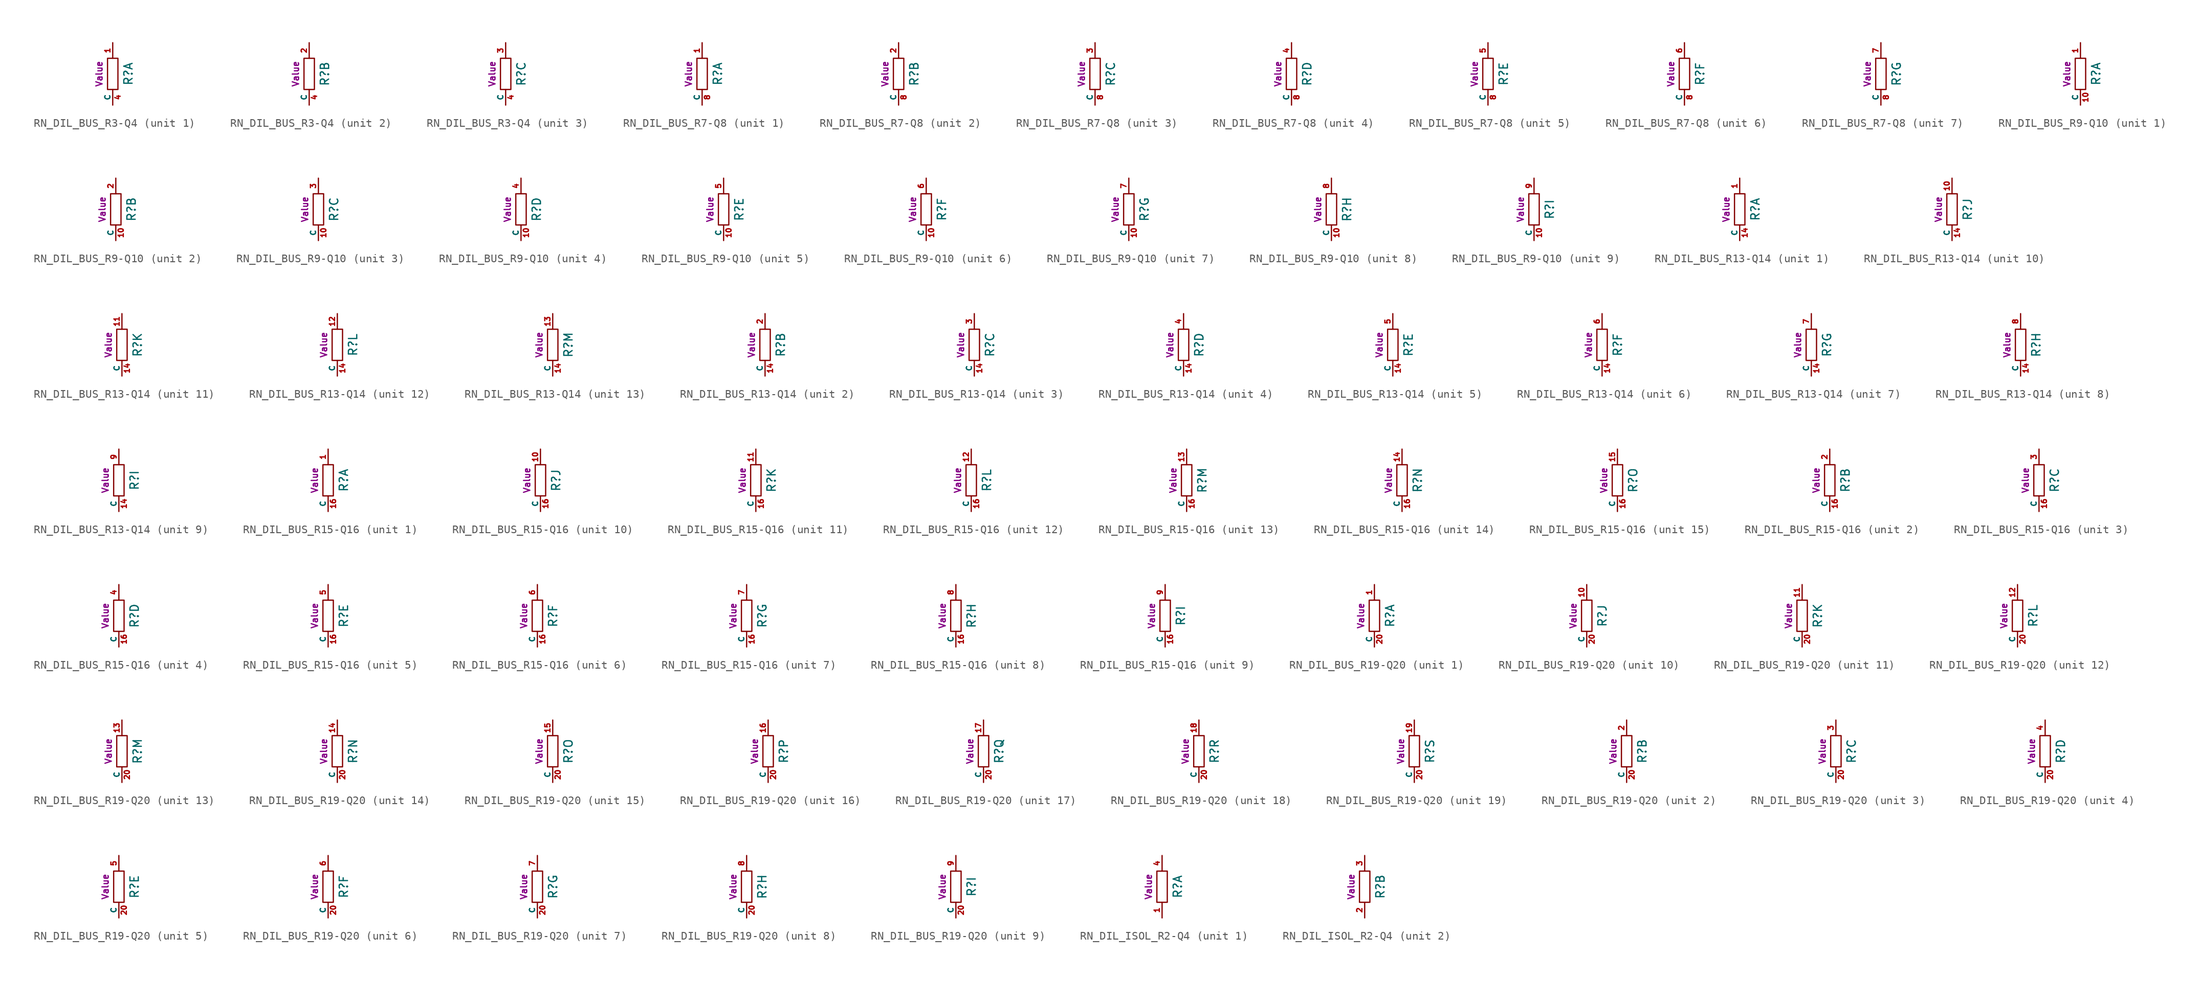
<source format=kicad_sym>
(kicad_symbol_lib
  (version 20211014)
  (generator kicad_symbol_editor)
  (symbol "RN_DIL_BUS_R3-Q4"
    (pin_names
      (offset 0))
    (property "Reference" "R"
      (at 1.905 0 90)
      (effects (font (size 1.016 1.016))))
    (property "Footprint" ""
      (at 0 0 0)
      (effects (font (size 1.524 1.524))))
    (property "Datasheet" ""
      (at 0 0 0)
      (effects (font (size 1.524 1.524))))
    (property "Unit" "Value"
      (at -1.651 0 90)
      (effects (font (size 0.762 0.762))))
    (symbol "RN_DIL_BUS_R3-Q4_0_1"
      (rectangle (start 0.635 1.905) (end -0.635 -1.905) (stroke (width 0) (type default) (color 0 0 0 0)) (fill (type none)))
      (pin passive line (at 0 -3.81 90) (length 1.905) (name "C" (effects (font (size 0.635 0.635)))) (number "4" (effects (font (size 0.635 0.635))))))
    (symbol "RN_DIL_BUS_R3-Q4_1_1"
      (pin passive line (at 0 3.81 270) (length 1.905) (name "~" (effects (font (size 0.635 0.635)))) (number "1" (effects (font (size 0.635 0.635))))))
    (symbol "RN_DIL_BUS_R3-Q4_2_1"
      (pin passive line (at 0 3.81 270) (length 1.905) (name "~" (effects (font (size 0.635 0.635)))) (number "2" (effects (font (size 0.635 0.635))))))
    (symbol "RN_DIL_BUS_R3-Q4_3_1"
      (pin passive line (at 0 3.81 270) (length 1.905) (name "~" (effects (font (size 0.635 0.635)))) (number "3" (effects (font (size 0.635 0.635)))))))
  (symbol "RN_DIL_BUS_R7-Q8"
    (pin_names
      (offset 0))
    (property "Reference" "R"
      (at 1.905 0 90)
      (effects (font (size 1.016 1.016))))
    (property "Footprint" ""
      (at 0 0 0)
      (effects (font (size 1.524 1.524))))
    (property "Datasheet" ""
      (at 0 0 0)
      (effects (font (size 1.524 1.524))))
    (property "Unit" "Value"
      (at -1.651 0 90)
      (effects (font (size 0.762 0.762))))
    (symbol "RN_DIL_BUS_R7-Q8_0_1"
      (rectangle (start 0.635 1.905) (end -0.635 -1.905) (stroke (width 0) (type default) (color 0 0 0 0)) (fill (type none)))
      (pin passive line (at 0 -3.81 90) (length 1.905) (name "C" (effects (font (size 0.635 0.635)))) (number "8" (effects (font (size 0.635 0.635))))))
    (symbol "RN_DIL_BUS_R7-Q8_1_1"
      (pin passive line (at 0 3.81 270) (length 1.905) (name "~" (effects (font (size 0.635 0.635)))) (number "1" (effects (font (size 0.635 0.635))))))
    (symbol "RN_DIL_BUS_R7-Q8_2_1"
      (pin passive line (at 0 3.81 270) (length 1.905) (name "~" (effects (font (size 0.635 0.635)))) (number "2" (effects (font (size 0.635 0.635))))))
    (symbol "RN_DIL_BUS_R7-Q8_3_1"
      (pin passive line (at 0 3.81 270) (length 1.905) (name "~" (effects (font (size 0.635 0.635)))) (number "3" (effects (font (size 0.635 0.635))))))
    (symbol "RN_DIL_BUS_R7-Q8_4_1"
      (pin passive line (at 0 3.81 270) (length 1.905) (name "~" (effects (font (size 0.635 0.635)))) (number "4" (effects (font (size 0.635 0.635))))))
    (symbol "RN_DIL_BUS_R7-Q8_5_1"
      (pin passive line (at 0 3.81 270) (length 1.905) (name "~" (effects (font (size 0.635 0.635)))) (number "5" (effects (font (size 0.635 0.635))))))
    (symbol "RN_DIL_BUS_R7-Q8_6_1"
      (pin passive line (at 0 3.81 270) (length 1.905) (name "~" (effects (font (size 0.635 0.635)))) (number "6" (effects (font (size 0.635 0.635))))))
    (symbol "RN_DIL_BUS_R7-Q8_7_1"
      (pin passive line (at 0 3.81 270) (length 1.905) (name "~" (effects (font (size 0.635 0.635)))) (number "7" (effects (font (size 0.635 0.635)))))))
  (symbol "RN_DIL_BUS_R9-Q10"
    (pin_names
      (offset 0))
    (property "Reference" "R"
      (at 1.905 0 90)
      (effects (font (size 1.016 1.016))))
    (property "Footprint" ""
      (at 0 0 0)
      (effects (font (size 1.524 1.524))))
    (property "Datasheet" ""
      (at 0 0 0)
      (effects (font (size 1.524 1.524))))
    (property "Unit" "Value"
      (at -1.651 0 90)
      (effects (font (size 0.762 0.762))))
    (symbol "RN_DIL_BUS_R9-Q10_0_1"
      (rectangle (start 0.635 1.905) (end -0.635 -1.905) (stroke (width 0) (type default) (color 0 0 0 0)) (fill (type none)))
      (pin passive line (at 0 -3.81 90) (length 1.905) (name "C" (effects (font (size 0.635 0.635)))) (number "10" (effects (font (size 0.635 0.635))))))
    (symbol "RN_DIL_BUS_R9-Q10_1_1"
      (pin passive line (at 0 3.81 270) (length 1.905) (name "~" (effects (font (size 0.635 0.635)))) (number "1" (effects (font (size 0.635 0.635))))))
    (symbol "RN_DIL_BUS_R9-Q10_2_1"
      (pin passive line (at 0 3.81 270) (length 1.905) (name "~" (effects (font (size 0.635 0.635)))) (number "2" (effects (font (size 0.635 0.635))))))
    (symbol "RN_DIL_BUS_R9-Q10_3_1"
      (pin passive line (at 0 3.81 270) (length 1.905) (name "~" (effects (font (size 0.635 0.635)))) (number "3" (effects (font (size 0.635 0.635))))))
    (symbol "RN_DIL_BUS_R9-Q10_4_1"
      (pin passive line (at 0 3.81 270) (length 1.905) (name "~" (effects (font (size 0.635 0.635)))) (number "4" (effects (font (size 0.635 0.635))))))
    (symbol "RN_DIL_BUS_R9-Q10_5_1"
      (pin passive line (at 0 3.81 270) (length 1.905) (name "~" (effects (font (size 0.635 0.635)))) (number "5" (effects (font (size 0.635 0.635))))))
    (symbol "RN_DIL_BUS_R9-Q10_6_1"
      (pin passive line (at 0 3.81 270) (length 1.905) (name "~" (effects (font (size 0.635 0.635)))) (number "6" (effects (font (size 0.635 0.635))))))
    (symbol "RN_DIL_BUS_R9-Q10_7_1"
      (pin passive line (at 0 3.81 270) (length 1.905) (name "~" (effects (font (size 0.635 0.635)))) (number "7" (effects (font (size 0.635 0.635))))))
    (symbol "RN_DIL_BUS_R9-Q10_8_1"
      (pin passive line (at 0 3.81 270) (length 1.905) (name "~" (effects (font (size 0.635 0.635)))) (number "8" (effects (font (size 0.635 0.635))))))
    (symbol "RN_DIL_BUS_R9-Q10_9_1"
      (pin passive line (at 0 3.81 270) (length 1.905) (name "~" (effects (font (size 0.635 0.635)))) (number "9" (effects (font (size 0.635 0.635)))))))
  (symbol "RN_DIL_BUS_R13-Q14"
    (pin_names
      (offset 0))
    (property "Reference" "R"
      (at 1.905 0 90)
      (effects (font (size 1.016 1.016))))
    (property "Footprint" ""
      (at 0 0 0)
      (effects (font (size 1.524 1.524))))
    (property "Datasheet" ""
      (at 0 0 0)
      (effects (font (size 1.524 1.524))))
    (property "Unit" "Value"
      (at -1.651 0 90)
      (effects (font (size 0.762 0.762))))
    (symbol "RN_DIL_BUS_R13-Q14_0_1"
      (rectangle (start 0.635 1.905) (end -0.635 -1.905) (stroke (width 0) (type default) (color 0 0 0 0)) (fill (type none)))
      (pin passive line (at 0 -3.81 90) (length 1.905) (name "C" (effects (font (size 0.635 0.635)))) (number "14" (effects (font (size 0.635 0.635))))))
    (symbol "RN_DIL_BUS_R13-Q14_1_1"
      (pin passive line (at 0 3.81 270) (length 1.905) (name "~" (effects (font (size 0.635 0.635)))) (number "1" (effects (font (size 0.635 0.635))))))
    (symbol "RN_DIL_BUS_R13-Q14_2_1"
      (pin passive line (at 0 3.81 270) (length 1.905) (name "~" (effects (font (size 0.635 0.635)))) (number "2" (effects (font (size 0.635 0.635))))))
    (symbol "RN_DIL_BUS_R13-Q14_3_1"
      (pin passive line (at 0 3.81 270) (length 1.905) (name "~" (effects (font (size 0.635 0.635)))) (number "3" (effects (font (size 0.635 0.635))))))
    (symbol "RN_DIL_BUS_R13-Q14_4_1"
      (pin passive line (at 0 3.81 270) (length 1.905) (name "~" (effects (font (size 0.635 0.635)))) (number "4" (effects (font (size 0.635 0.635))))))
    (symbol "RN_DIL_BUS_R13-Q14_5_1"
      (pin passive line (at 0 3.81 270) (length 1.905) (name "~" (effects (font (size 0.635 0.635)))) (number "5" (effects (font (size 0.635 0.635))))))
    (symbol "RN_DIL_BUS_R13-Q14_6_1"
      (pin passive line (at 0 3.81 270) (length 1.905) (name "~" (effects (font (size 0.635 0.635)))) (number "6" (effects (font (size 0.635 0.635))))))
    (symbol "RN_DIL_BUS_R13-Q14_7_1"
      (pin passive line (at 0 3.81 270) (length 1.905) (name "~" (effects (font (size 0.635 0.635)))) (number "7" (effects (font (size 0.635 0.635))))))
    (symbol "RN_DIL_BUS_R13-Q14_8_1"
      (pin passive line (at 0 3.81 270) (length 1.905) (name "~" (effects (font (size 0.635 0.635)))) (number "8" (effects (font (size 0.635 0.635))))))
    (symbol "RN_DIL_BUS_R13-Q14_9_1"
      (pin passive line (at 0 3.81 270) (length 1.905) (name "~" (effects (font (size 0.635 0.635)))) (number "9" (effects (font (size 0.635 0.635))))))
    (symbol "RN_DIL_BUS_R13-Q14_10_1"
      (pin passive line (at 0 3.81 270) (length 1.905) (name "~" (effects (font (size 0.635 0.635)))) (number "10" (effects (font (size 0.635 0.635))))))
    (symbol "RN_DIL_BUS_R13-Q14_11_1"
      (pin passive line (at 0 3.81 270) (length 1.905) (name "~" (effects (font (size 0.635 0.635)))) (number "11" (effects (font (size 0.635 0.635))))))
    (symbol "RN_DIL_BUS_R13-Q14_12_1"
      (pin passive line (at 0 3.81 270) (length 1.905) (name "~" (effects (font (size 0.635 0.635)))) (number "12" (effects (font (size 0.635 0.635))))))
    (symbol "RN_DIL_BUS_R13-Q14_13_1"
      (pin passive line (at 0 3.81 270) (length 1.905) (name "~" (effects (font (size 0.635 0.635)))) (number "13" (effects (font (size 0.635 0.635)))))))
  (symbol "RN_DIL_BUS_R15-Q16"
    (pin_names
      (offset 0))
    (property "Reference" "R"
      (at 1.905 0 90)
      (effects (font (size 1.016 1.016))))
    (property "Footprint" ""
      (at 0 0 0)
      (effects (font (size 1.524 1.524))))
    (property "Datasheet" ""
      (at 0 0 0)
      (effects (font (size 1.524 1.524))))
    (property "Unit" "Value"
      (at -1.651 0 90)
      (effects (font (size 0.762 0.762))))
    (symbol "RN_DIL_BUS_R15-Q16_0_1"
      (rectangle (start 0.635 1.905) (end -0.635 -1.905) (stroke (width 0) (type default) (color 0 0 0 0)) (fill (type none)))
      (pin passive line (at 0 -3.81 90) (length 1.905) (name "C" (effects (font (size 0.635 0.635)))) (number "16" (effects (font (size 0.635 0.635))))))
    (symbol "RN_DIL_BUS_R15-Q16_1_1"
      (pin passive line (at 0 3.81 270) (length 1.905) (name "~" (effects (font (size 0.635 0.635)))) (number "1" (effects (font (size 0.635 0.635))))))
    (symbol "RN_DIL_BUS_R15-Q16_2_1"
      (pin passive line (at 0 3.81 270) (length 1.905) (name "~" (effects (font (size 0.635 0.635)))) (number "2" (effects (font (size 0.635 0.635))))))
    (symbol "RN_DIL_BUS_R15-Q16_3_1"
      (pin passive line (at 0 3.81 270) (length 1.905) (name "~" (effects (font (size 0.635 0.635)))) (number "3" (effects (font (size 0.635 0.635))))))
    (symbol "RN_DIL_BUS_R15-Q16_4_1"
      (pin passive line (at 0 3.81 270) (length 1.905) (name "~" (effects (font (size 0.635 0.635)))) (number "4" (effects (font (size 0.635 0.635))))))
    (symbol "RN_DIL_BUS_R15-Q16_5_1"
      (pin passive line (at 0 3.81 270) (length 1.905) (name "~" (effects (font (size 0.635 0.635)))) (number "5" (effects (font (size 0.635 0.635))))))
    (symbol "RN_DIL_BUS_R15-Q16_6_1"
      (pin passive line (at 0 3.81 270) (length 1.905) (name "~" (effects (font (size 0.635 0.635)))) (number "6" (effects (font (size 0.635 0.635))))))
    (symbol "RN_DIL_BUS_R15-Q16_7_1"
      (pin passive line (at 0 3.81 270) (length 1.905) (name "~" (effects (font (size 0.635 0.635)))) (number "7" (effects (font (size 0.635 0.635))))))
    (symbol "RN_DIL_BUS_R15-Q16_8_1"
      (pin passive line (at 0 3.81 270) (length 1.905) (name "~" (effects (font (size 0.635 0.635)))) (number "8" (effects (font (size 0.635 0.635))))))
    (symbol "RN_DIL_BUS_R15-Q16_9_1"
      (pin passive line (at 0 3.81 270) (length 1.905) (name "~" (effects (font (size 0.635 0.635)))) (number "9" (effects (font (size 0.635 0.635))))))
    (symbol "RN_DIL_BUS_R15-Q16_10_1"
      (pin passive line (at 0 3.81 270) (length 1.905) (name "~" (effects (font (size 0.635 0.635)))) (number "10" (effects (font (size 0.635 0.635))))))
    (symbol "RN_DIL_BUS_R15-Q16_11_1"
      (pin passive line (at 0 3.81 270) (length 1.905) (name "~" (effects (font (size 0.635 0.635)))) (number "11" (effects (font (size 0.635 0.635))))))
    (symbol "RN_DIL_BUS_R15-Q16_12_1"
      (pin passive line (at 0 3.81 270) (length 1.905) (name "~" (effects (font (size 0.635 0.635)))) (number "12" (effects (font (size 0.635 0.635))))))
    (symbol "RN_DIL_BUS_R15-Q16_13_1"
      (pin passive line (at 0 3.81 270) (length 1.905) (name "~" (effects (font (size 0.635 0.635)))) (number "13" (effects (font (size 0.635 0.635))))))
    (symbol "RN_DIL_BUS_R15-Q16_14_1"
      (pin passive line (at 0 3.81 270) (length 1.905) (name "~" (effects (font (size 0.635 0.635)))) (number "14" (effects (font (size 0.635 0.635))))))
    (symbol "RN_DIL_BUS_R15-Q16_15_1"
      (pin passive line (at 0 3.81 270) (length 1.905) (name "~" (effects (font (size 0.635 0.635)))) (number "15" (effects (font (size 0.635 0.635)))))))
  (symbol "RN_DIL_BUS_R19-Q20"
    (pin_names
      (offset 0))
    (property "Reference" "R"
      (at 1.905 0 90)
      (effects (font (size 1.016 1.016))))
    (property "Footprint" ""
      (at 0 0 0)
      (effects (font (size 1.524 1.524))))
    (property "Datasheet" ""
      (at 0 0 0)
      (effects (font (size 1.524 1.524))))
    (property "Unit" "Value"
      (at -1.651 0 90)
      (effects (font (size 0.762 0.762))))
    (symbol "RN_DIL_BUS_R19-Q20_0_1"
      (rectangle (start 0.635 1.905) (end -0.635 -1.905) (stroke (width 0) (type default) (color 0 0 0 0)) (fill (type none)))
      (pin passive line (at 0 -3.81 90) (length 1.905) (name "C" (effects (font (size 0.635 0.635)))) (number "20" (effects (font (size 0.635 0.635))))))
    (symbol "RN_DIL_BUS_R19-Q20_1_1"
      (pin passive line (at 0 3.81 270) (length 1.905) (name "~" (effects (font (size 0.635 0.635)))) (number "1" (effects (font (size 0.635 0.635))))))
    (symbol "RN_DIL_BUS_R19-Q20_2_1"
      (pin passive line (at 0 3.81 270) (length 1.905) (name "~" (effects (font (size 0.635 0.635)))) (number "2" (effects (font (size 0.635 0.635))))))
    (symbol "RN_DIL_BUS_R19-Q20_3_1"
      (pin passive line (at 0 3.81 270) (length 1.905) (name "~" (effects (font (size 0.635 0.635)))) (number "3" (effects (font (size 0.635 0.635))))))
    (symbol "RN_DIL_BUS_R19-Q20_4_1"
      (pin passive line (at 0 3.81 270) (length 1.905) (name "~" (effects (font (size 0.635 0.635)))) (number "4" (effects (font (size 0.635 0.635))))))
    (symbol "RN_DIL_BUS_R19-Q20_5_1"
      (pin passive line (at 0 3.81 270) (length 1.905) (name "~" (effects (font (size 0.635 0.635)))) (number "5" (effects (font (size 0.635 0.635))))))
    (symbol "RN_DIL_BUS_R19-Q20_6_1"
      (pin passive line (at 0 3.81 270) (length 1.905) (name "~" (effects (font (size 0.635 0.635)))) (number "6" (effects (font (size 0.635 0.635))))))
    (symbol "RN_DIL_BUS_R19-Q20_7_1"
      (pin passive line (at 0 3.81 270) (length 1.905) (name "~" (effects (font (size 0.635 0.635)))) (number "7" (effects (font (size 0.635 0.635))))))
    (symbol "RN_DIL_BUS_R19-Q20_8_1"
      (pin passive line (at 0 3.81 270) (length 1.905) (name "~" (effects (font (size 0.635 0.635)))) (number "8" (effects (font (size 0.635 0.635))))))
    (symbol "RN_DIL_BUS_R19-Q20_9_1"
      (pin passive line (at 0 3.81 270) (length 1.905) (name "~" (effects (font (size 0.635 0.635)))) (number "9" (effects (font (size 0.635 0.635))))))
    (symbol "RN_DIL_BUS_R19-Q20_10_1"
      (pin passive line (at 0 3.81 270) (length 1.905) (name "~" (effects (font (size 0.635 0.635)))) (number "10" (effects (font (size 0.635 0.635))))))
    (symbol "RN_DIL_BUS_R19-Q20_11_1"
      (pin passive line (at 0 3.81 270) (length 1.905) (name "~" (effects (font (size 0.635 0.635)))) (number "11" (effects (font (size 0.635 0.635))))))
    (symbol "RN_DIL_BUS_R19-Q20_12_1"
      (pin passive line (at 0 3.81 270) (length 1.905) (name "~" (effects (font (size 0.635 0.635)))) (number "12" (effects (font (size 0.635 0.635))))))
    (symbol "RN_DIL_BUS_R19-Q20_13_1"
      (pin passive line (at 0 3.81 270) (length 1.905) (name "~" (effects (font (size 0.635 0.635)))) (number "13" (effects (font (size 0.635 0.635))))))
    (symbol "RN_DIL_BUS_R19-Q20_14_1"
      (pin passive line (at 0 3.81 270) (length 1.905) (name "~" (effects (font (size 0.635 0.635)))) (number "14" (effects (font (size 0.635 0.635))))))
    (symbol "RN_DIL_BUS_R19-Q20_15_1"
      (pin passive line (at 0 3.81 270) (length 1.905) (name "~" (effects (font (size 0.635 0.635)))) (number "15" (effects (font (size 0.635 0.635))))))
    (symbol "RN_DIL_BUS_R19-Q20_16_1"
      (pin passive line (at 0 3.81 270) (length 1.905) (name "~" (effects (font (size 0.635 0.635)))) (number "16" (effects (font (size 0.635 0.635))))))
    (symbol "RN_DIL_BUS_R19-Q20_17_1"
      (pin passive line (at 0 3.81 270) (length 1.905) (name "~" (effects (font (size 0.635 0.635)))) (number "17" (effects (font (size 0.635 0.635))))))
    (symbol "RN_DIL_BUS_R19-Q20_18_1"
      (pin passive line (at 0 3.81 270) (length 1.905) (name "~" (effects (font (size 0.635 0.635)))) (number "18" (effects (font (size 0.635 0.635))))))
    (symbol "RN_DIL_BUS_R19-Q20_19_1"
      (pin passive line (at 0 3.81 270) (length 1.905) (name "~" (effects (font (size 0.635 0.635)))) (number "19" (effects (font (size 0.635 0.635)))))))
  (symbol "RN_DIL_ISOL_R2-Q4"
    (pin_names
      (offset 0))
    (property "Reference" "R"
      (at 1.905 0 90)
      (effects (font (size 1.016 1.016))))
    (property "Footprint" ""
      (at 0 0 0)
      (effects (font (size 1.524 1.524))))
    (property "Datasheet" ""
      (at 0 0 0)
      (effects (font (size 1.524 1.524))))
    (property "Unit" "Value"
      (at -1.651 0 90)
      (effects (font (size 0.762 0.762))))
    (symbol "RN_DIL_ISOL_R2-Q4_0_1"
      (rectangle (start 0.635 1.905) (end -0.635 -1.905) (stroke (width 0) (type default) (color 0 0 0 0)) (fill (type none))))
    (symbol "RN_DIL_ISOL_R2-Q4_1_1"
      (pin passive line (at 0 -3.81 90) (length 1.905) (name "~" (effects (font (size 0.635 0.635)))) (number "1" (effects (font (size 0.635 0.635)))))
      (pin passive line (at 0 3.81 270) (length 1.905) (name "~" (effects (font (size 0.635 0.635)))) (number "4" (effects (font (size 0.635 0.635))))))
    (symbol "RN_DIL_ISOL_R2-Q4_2_1"
      (pin passive line (at 0 -3.81 90) (length 1.905) (name "~" (effects (font (size 0.635 0.635)))) (number "2" (effects (font (size 0.635 0.635)))))
      (pin passive line (at 0 3.81 270) (length 1.905) (name "~" (effects (font (size 0.635 0.635)))) (number "3" (effects (font (size 0.635 0.635))))))))
</source>
